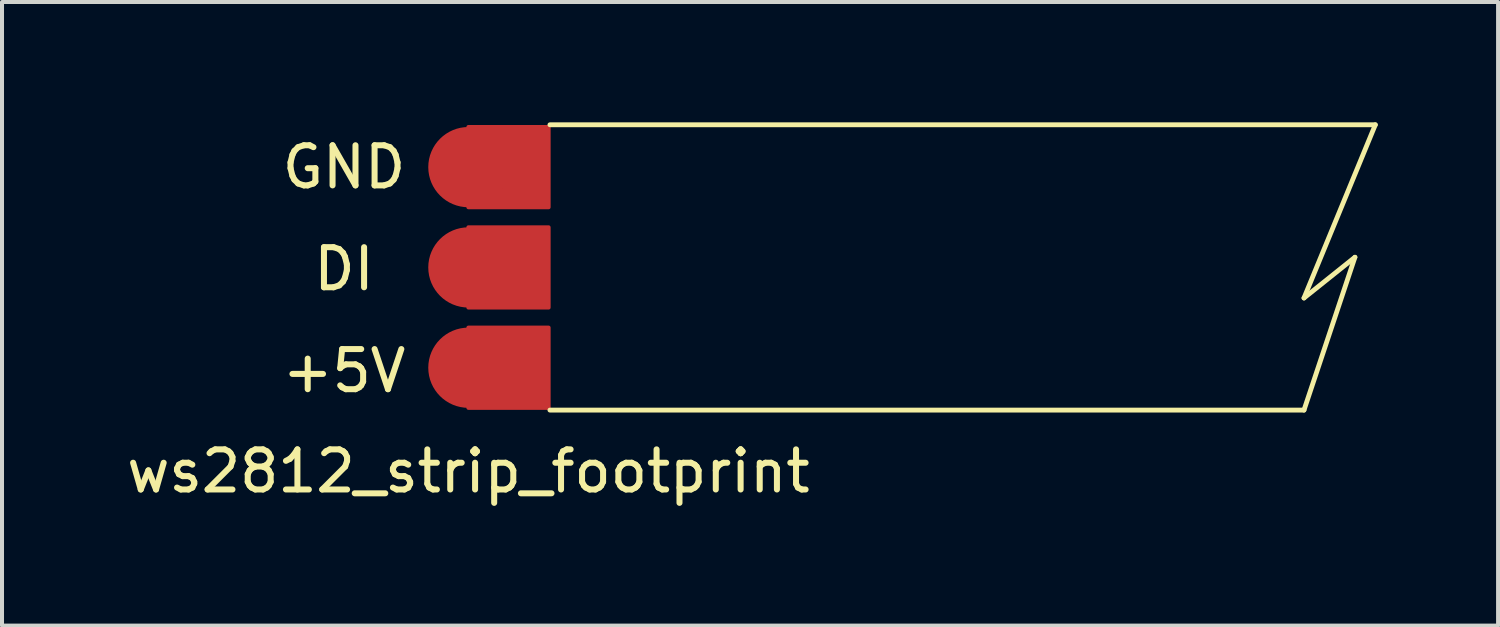
<source format=kicad_pcb>
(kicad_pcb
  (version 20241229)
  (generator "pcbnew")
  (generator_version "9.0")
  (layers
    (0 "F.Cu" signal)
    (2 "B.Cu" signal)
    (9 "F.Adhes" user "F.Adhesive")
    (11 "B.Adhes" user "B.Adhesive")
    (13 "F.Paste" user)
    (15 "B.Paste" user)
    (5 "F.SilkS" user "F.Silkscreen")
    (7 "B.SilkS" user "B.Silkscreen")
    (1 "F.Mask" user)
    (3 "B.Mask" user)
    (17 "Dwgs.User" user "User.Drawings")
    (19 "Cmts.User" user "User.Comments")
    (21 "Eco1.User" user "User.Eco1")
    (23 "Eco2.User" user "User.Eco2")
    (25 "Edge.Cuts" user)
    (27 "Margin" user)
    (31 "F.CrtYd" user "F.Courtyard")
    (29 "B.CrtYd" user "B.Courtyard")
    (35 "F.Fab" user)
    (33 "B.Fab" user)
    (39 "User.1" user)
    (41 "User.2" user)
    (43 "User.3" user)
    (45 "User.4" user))
  (footprint "ws2812_strip_footprint"
    (layer "F.Cu")
    (at 8.625 3.616)
    (property "Reference" "ws2812_strip_footprint" (at 0 5.08 0) (layer "F.SilkS") (effects (font (size 1 1) (thickness 0.15))))
    (attr through_hole)
    (fp_poly (pts (xy 2 -1.5) (xy 0 -1.5) (xy 0 -3.5) (xy 2 -3.5)) (stroke (width 0.1) (type solid)) (fill yes) (layer "F.Cu"))
    (fp_poly (pts (xy 2 1) (xy 0 1) (xy 0 -1) (xy 2 -1)) (stroke (width 0.1) (type solid)) (fill yes) (layer "F.Cu"))
    (fp_poly (pts (xy 2 3.5) (xy 0 3.5) (xy 0 1.5) (xy 2 1.5)) (stroke (width 0.1) (type solid)) (fill yes) (layer "F.Cu"))
    (fp_line (start 2.032 -3.556) (end 22.606 -3.556) (stroke (width 0.12) (type solid)) (layer "F.SilkS"))
    (fp_line (start 2.032 3.556) (end 20.828 3.556) (stroke (width 0.12) (type solid)) (layer "F.SilkS"))
    (fp_line (start 20.828 0.762) (end 22.098 -0.254) (stroke (width 0.12) (type solid)) (layer "F.SilkS"))
    (fp_line (start 22.098 -0.254) (end 20.828 3.556) (stroke (width 0.12) (type solid)) (layer "F.SilkS"))
    (fp_line (start 22.606 -3.556) (end 20.828 0.762) (stroke (width 0.12) (type solid)) (layer "F.SilkS"))
    (fp_text user "GND" (at -3.1 -2.5 0) (layer "F.SilkS") (effects (font (size 1 1) (thickness 0.15))))
    (fp_text user "DI" (at -3.1 0.04 0) (layer "F.SilkS") (effects (font (size 1 1) (thickness 0.15))))
    (fp_text user "+5V" (at -3.1 2.58 0) (layer "F.SilkS") (effects (font (size 1 1) (thickness 0.15))))
    (pad "1" smd circle (at 0 -2.5) (size 2 2) (layers "F.Cu" "F.Mask" "F.Paste"))
    (pad "2" smd circle (at 0 0) (size 2 2) (layers "F.Cu" "F.Mask" "F.Paste"))
    (pad "3" smd circle (at 0 2.5) (size 2 2) (layers "F.Cu" "F.Mask" "F.Paste")))
  (gr_rect
    (start -3 -3)
    (end 34.291 12.544)
    (stroke (width 0.1) (type default))
    (fill no)
    (layer "Edge.Cuts")))
</source>
